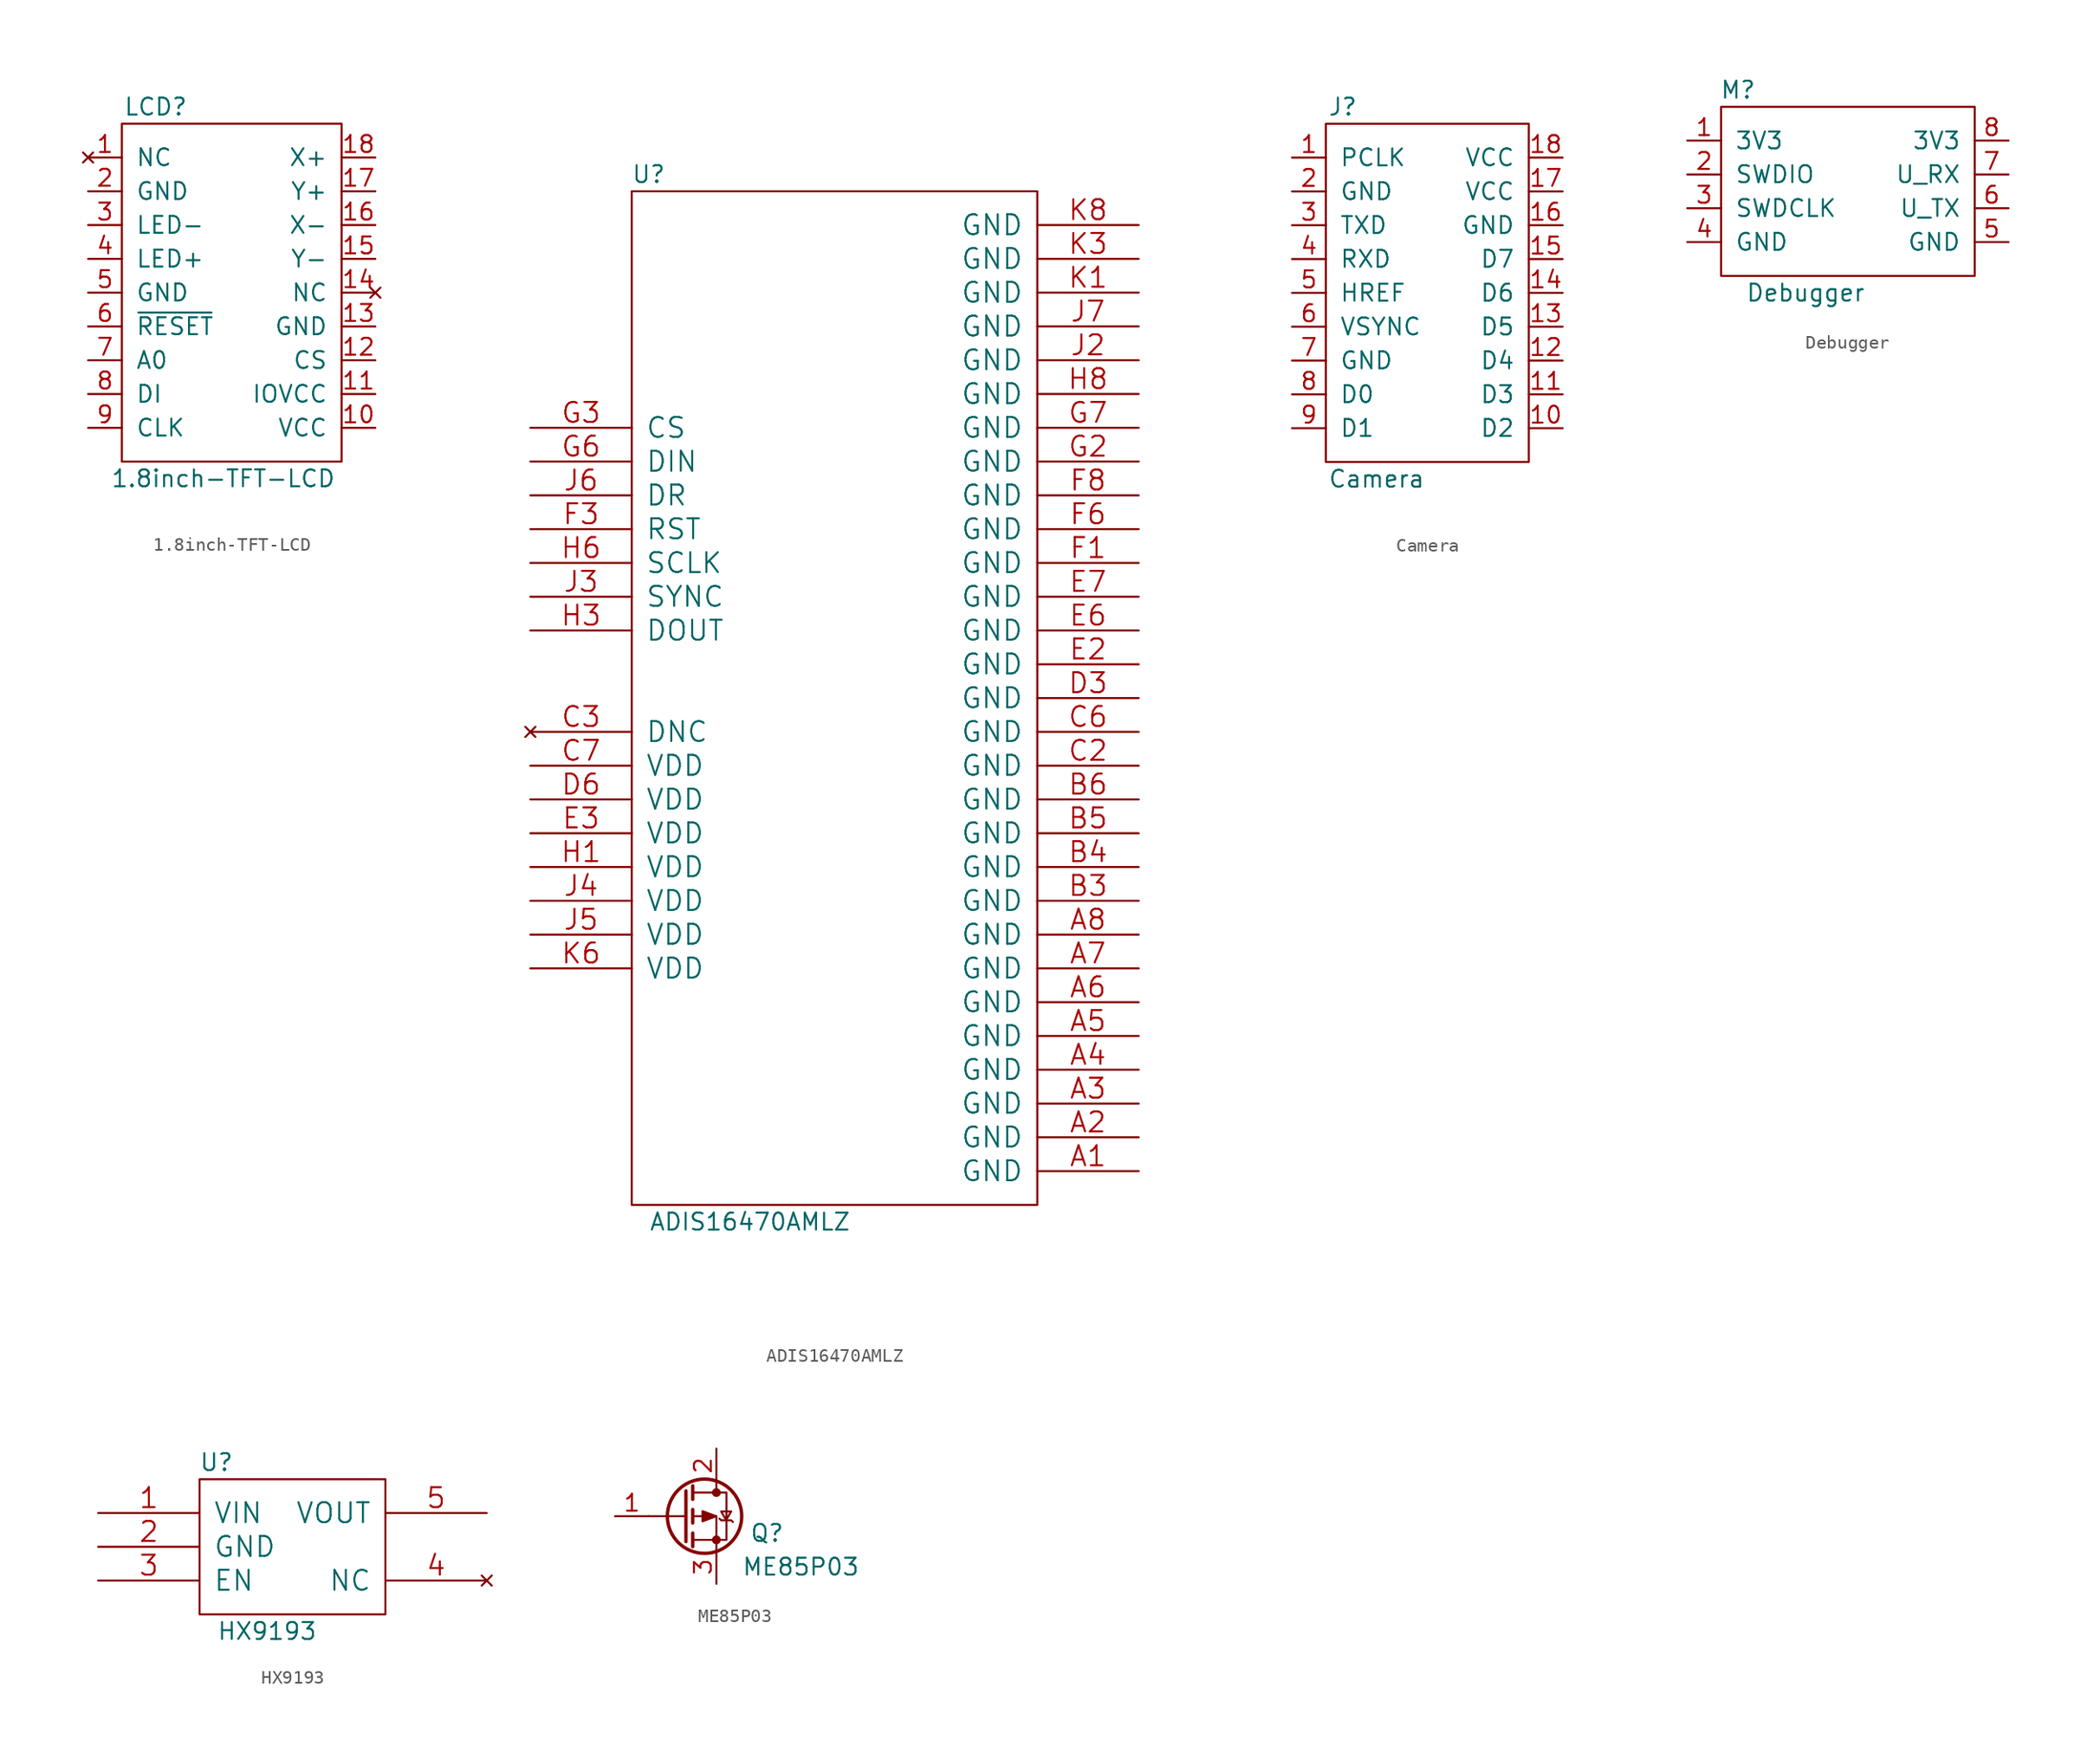
<source format=kicad_sym>
(kicad_symbol_lib
  (version 20211014)
  (generator kicad_symbol_editor)
  (symbol "1.8inch-TFT-LCD"
    (pin_names
      (offset 1.016))
    (property "Reference" "LCD"
      (at 2.54 26.67 0)
      (effects (font (size 1.27 1.27))))
    (property "Value" "1.8inch-TFT-LCD"
      (at 7.62 -1.27 0)
      (effects (font (size 1.27 1.27))))
    (symbol "1.8inch-TFT-LCD_0_1"
      (rectangle (start 0 25.4) (end 16.51 0) (stroke (width 0) (type default) (color 0 0 0 0)) (fill (type none))))
    (symbol "1.8inch-TFT-LCD_1_1"
      (pin no_connect line (at -2.54 22.86 0) (length 2.54) (name "NC" (effects (font (size 1.27 1.27)))) (number "1" (effects (font (size 1.27 1.27)))))
      (pin power_in line (at 19.05 2.54 180) (length 2.54) (name "VCC" (effects (font (size 1.27 1.27)))) (number "10" (effects (font (size 1.27 1.27)))))
      (pin power_in line (at 19.05 5.08 180) (length 2.54) (name "IOVCC" (effects (font (size 1.27 1.27)))) (number "11" (effects (font (size 1.27 1.27)))))
      (pin input line (at 19.05 7.62 180) (length 2.54) (name "CS" (effects (font (size 1.27 1.27)))) (number "12" (effects (font (size 1.27 1.27)))))
      (pin power_in line (at 19.05 10.16 180) (length 2.54) (name "GND" (effects (font (size 1.27 1.27)))) (number "13" (effects (font (size 1.27 1.27)))))
      (pin no_connect line (at 19.05 12.7 180) (length 2.54) (name "NC" (effects (font (size 1.27 1.27)))) (number "14" (effects (font (size 1.27 1.27)))))
      (pin passive line (at 19.05 15.24 180) (length 2.54) (name "Y-" (effects (font (size 1.27 1.27)))) (number "15" (effects (font (size 1.27 1.27)))))
      (pin passive line (at 19.05 17.78 180) (length 2.54) (name "X-" (effects (font (size 1.27 1.27)))) (number "16" (effects (font (size 1.27 1.27)))))
      (pin passive line (at 19.05 20.32 180) (length 2.54) (name "Y+" (effects (font (size 1.27 1.27)))) (number "17" (effects (font (size 1.27 1.27)))))
      (pin passive line (at 19.05 22.86 180) (length 2.54) (name "X+" (effects (font (size 1.27 1.27)))) (number "18" (effects (font (size 1.27 1.27)))))
      (pin power_in line (at -2.54 20.32 0) (length 2.54) (name "GND" (effects (font (size 1.27 1.27)))) (number "2" (effects (font (size 1.27 1.27)))))
      (pin power_in line (at -2.54 17.78 0) (length 2.54) (name "LED-" (effects (font (size 1.27 1.27)))) (number "3" (effects (font (size 1.27 1.27)))))
      (pin power_in line (at -2.54 15.24 0) (length 2.54) (name "LED+" (effects (font (size 1.27 1.27)))) (number "4" (effects (font (size 1.27 1.27)))))
      (pin power_in line (at -2.54 12.7 0) (length 2.54) (name "GND" (effects (font (size 1.27 1.27)))) (number "5" (effects (font (size 1.27 1.27)))))
      (pin input line (at -2.54 10.16 0) (length 2.54) (name "~{RESET}" (effects (font (size 1.27 1.27)))) (number "6" (effects (font (size 1.27 1.27)))))
      (pin input line (at -2.54 7.62 0) (length 2.54) (name "A0" (effects (font (size 1.27 1.27)))) (number "7" (effects (font (size 1.27 1.27)))))
      (pin input line (at -2.54 5.08 0) (length 2.54) (name "DI" (effects (font (size 1.27 1.27)))) (number "8" (effects (font (size 1.27 1.27)))))
      (pin input line (at -2.54 2.54 0) (length 2.54) (name "CLK" (effects (font (size 1.27 1.27)))) (number "9" (effects (font (size 1.27 1.27)))))))
  (symbol "ADIS16470AMLZ"
    (pin_names
      (offset 1.016))
    (property "Reference" "U"
      (at 1.27 77.47 0)
      (effects (font (size 1.27 1.27))))
    (property "Value" "ADIS16470AMLZ"
      (at 8.89 -1.27 0)
      (effects (font (size 1.27 1.27))))
    (symbol "ADIS16470AMLZ_0_1"
      (rectangle (start 0 76.2) (end 30.48 0) (stroke (width 0) (type default) (color 0 0 0 0)) (fill (type none))))
    (symbol "ADIS16470AMLZ_1_1"
      (pin power_in line (at 38.1 2.54 180) (length 7.62) (name "GND" (effects (font (size 1.499 1.499)))) (number "A1" (effects (font (size 1.499 1.499)))))
      (pin power_in line (at 38.1 5.08 180) (length 7.62) (name "GND" (effects (font (size 1.499 1.499)))) (number "A2" (effects (font (size 1.499 1.499)))))
      (pin power_in line (at 38.1 7.62 180) (length 7.62) (name "GND" (effects (font (size 1.499 1.499)))) (number "A3" (effects (font (size 1.499 1.499)))))
      (pin power_in line (at 38.1 10.16 180) (length 7.62) (name "GND" (effects (font (size 1.499 1.499)))) (number "A4" (effects (font (size 1.499 1.499)))))
      (pin power_in line (at 38.1 12.7 180) (length 7.62) (name "GND" (effects (font (size 1.499 1.499)))) (number "A5" (effects (font (size 1.499 1.499)))))
      (pin power_in line (at 38.1 15.24 180) (length 7.62) (name "GND" (effects (font (size 1.499 1.499)))) (number "A6" (effects (font (size 1.499 1.499)))))
      (pin power_in line (at 38.1 17.78 180) (length 7.62) (name "GND" (effects (font (size 1.499 1.499)))) (number "A7" (effects (font (size 1.499 1.499)))))
      (pin power_in line (at 38.1 20.32 180) (length 7.62) (name "GND" (effects (font (size 1.499 1.499)))) (number "A8" (effects (font (size 1.499 1.499)))))
      (pin power_in line (at 38.1 22.86 180) (length 7.62) (name "GND" (effects (font (size 1.499 1.499)))) (number "B3" (effects (font (size 1.499 1.499)))))
      (pin power_in line (at 38.1 25.4 180) (length 7.62) (name "GND" (effects (font (size 1.499 1.499)))) (number "B4" (effects (font (size 1.499 1.499)))))
      (pin power_in line (at 38.1 27.94 180) (length 7.62) (name "GND" (effects (font (size 1.499 1.499)))) (number "B5" (effects (font (size 1.499 1.499)))))
      (pin power_in line (at 38.1 30.48 180) (length 7.62) (name "GND" (effects (font (size 1.499 1.499)))) (number "B6" (effects (font (size 1.499 1.499)))))
      (pin power_in line (at 38.1 33.02 180) (length 7.62) (name "GND" (effects (font (size 1.499 1.499)))) (number "C2" (effects (font (size 1.499 1.499)))))
      (pin no_connect line (at -7.62 35.56 0) (length 7.62) (name "DNC" (effects (font (size 1.499 1.499)))) (number "C3" (effects (font (size 1.499 1.499)))))
      (pin power_in line (at 38.1 35.56 180) (length 7.62) (name "GND" (effects (font (size 1.499 1.499)))) (number "C6" (effects (font (size 1.499 1.499)))))
      (pin power_in line (at -7.62 33.02 0) (length 7.62) (name "VDD" (effects (font (size 1.499 1.499)))) (number "C7" (effects (font (size 1.499 1.499)))))
      (pin power_in line (at 38.1 38.1 180) (length 7.62) (name "GND" (effects (font (size 1.499 1.499)))) (number "D3" (effects (font (size 1.499 1.499)))))
      (pin power_in line (at -7.62 30.48 0) (length 7.62) (name "VDD" (effects (font (size 1.499 1.499)))) (number "D6" (effects (font (size 1.499 1.499)))))
      (pin power_in line (at 38.1 40.64 180) (length 7.62) (name "GND" (effects (font (size 1.499 1.499)))) (number "E2" (effects (font (size 1.499 1.499)))))
      (pin power_in line (at -7.62 27.94 0) (length 7.62) (name "VDD" (effects (font (size 1.499 1.499)))) (number "E3" (effects (font (size 1.499 1.499)))))
      (pin power_in line (at 38.1 43.18 180) (length 7.62) (name "GND" (effects (font (size 1.499 1.499)))) (number "E6" (effects (font (size 1.499 1.499)))))
      (pin power_in line (at 38.1 45.72 180) (length 7.62) (name "GND" (effects (font (size 1.499 1.499)))) (number "E7" (effects (font (size 1.499 1.499)))))
      (pin power_in line (at 38.1 48.26 180) (length 7.62) (name "GND" (effects (font (size 1.499 1.499)))) (number "F1" (effects (font (size 1.499 1.499)))))
      (pin input line (at -7.62 50.8 0) (length 7.62) (name "RST" (effects (font (size 1.499 1.499)))) (number "F3" (effects (font (size 1.499 1.499)))))
      (pin power_in line (at 38.1 50.8 180) (length 7.62) (name "GND" (effects (font (size 1.499 1.499)))) (number "F6" (effects (font (size 1.499 1.499)))))
      (pin power_in line (at 38.1 53.34 180) (length 7.62) (name "GND" (effects (font (size 1.499 1.499)))) (number "F8" (effects (font (size 1.499 1.499)))))
      (pin power_in line (at 38.1 55.88 180) (length 7.62) (name "GND" (effects (font (size 1.499 1.499)))) (number "G2" (effects (font (size 1.499 1.499)))))
      (pin input line (at -7.62 58.42 0) (length 7.62) (name "CS" (effects (font (size 1.499 1.499)))) (number "G3" (effects (font (size 1.499 1.499)))))
      (pin input line (at -7.62 55.88 0) (length 7.62) (name "DIN" (effects (font (size 1.499 1.499)))) (number "G6" (effects (font (size 1.499 1.499)))))
      (pin power_in line (at 38.1 58.42 180) (length 7.62) (name "GND" (effects (font (size 1.499 1.499)))) (number "G7" (effects (font (size 1.499 1.499)))))
      (pin power_in line (at -7.62 25.4 0) (length 7.62) (name "VDD" (effects (font (size 1.499 1.499)))) (number "H1" (effects (font (size 1.499 1.499)))))
      (pin output line (at -7.62 43.18 0) (length 7.62) (name "DOUT" (effects (font (size 1.499 1.499)))) (number "H3" (effects (font (size 1.499 1.499)))))
      (pin input line (at -7.62 48.26 0) (length 7.62) (name "SCLK" (effects (font (size 1.499 1.499)))) (number "H6" (effects (font (size 1.499 1.499)))))
      (pin power_in line (at 38.1 60.96 180) (length 7.62) (name "GND" (effects (font (size 1.499 1.499)))) (number "H8" (effects (font (size 1.499 1.499)))))
      (pin power_in line (at 38.1 63.5 180) (length 7.62) (name "GND" (effects (font (size 1.499 1.499)))) (number "J2" (effects (font (size 1.499 1.499)))))
      (pin input line (at -7.62 45.72 0) (length 7.62) (name "SYNC" (effects (font (size 1.499 1.499)))) (number "J3" (effects (font (size 1.499 1.499)))))
      (pin power_in line (at -7.62 22.86 0) (length 7.62) (name "VDD" (effects (font (size 1.499 1.499)))) (number "J4" (effects (font (size 1.499 1.499)))))
      (pin power_in line (at -7.62 20.32 0) (length 7.62) (name "VDD" (effects (font (size 1.499 1.499)))) (number "J5" (effects (font (size 1.499 1.499)))))
      (pin output line (at -7.62 53.34 0) (length 7.62) (name "DR" (effects (font (size 1.499 1.499)))) (number "J6" (effects (font (size 1.499 1.499)))))
      (pin power_in line (at 38.1 66.04 180) (length 7.62) (name "GND" (effects (font (size 1.499 1.499)))) (number "J7" (effects (font (size 1.499 1.499)))))
      (pin power_in line (at 38.1 68.58 180) (length 7.62) (name "GND" (effects (font (size 1.499 1.499)))) (number "K1" (effects (font (size 1.499 1.499)))))
      (pin power_in line (at 38.1 71.12 180) (length 7.62) (name "GND" (effects (font (size 1.499 1.499)))) (number "K3" (effects (font (size 1.499 1.499)))))
      (pin power_in line (at -7.62 17.78 0) (length 7.62) (name "VDD" (effects (font (size 1.499 1.499)))) (number "K6" (effects (font (size 1.499 1.499)))))
      (pin power_in line (at 38.1 73.66 180) (length 7.62) (name "GND" (effects (font (size 1.499 1.499)))) (number "K8" (effects (font (size 1.499 1.499)))))))
  (symbol "Camera"
    (pin_names
      (offset 1.016))
    (property "Reference" "J"
      (at 1.27 26.67 0)
      (effects (font (size 1.27 1.27))))
    (property "Value" "Camera"
      (at 3.81 -1.27 0)
      (effects (font (size 1.27 1.27))))
    (symbol "Camera_0_1"
      (rectangle (start 0 25.4) (end 15.24 0) (stroke (width 0) (type default) (color 0 0 0 0)) (fill (type none))))
    (symbol "Camera_1_1"
      (pin input line (at -2.54 22.86 0) (length 2.54) (name "PCLK" (effects (font (size 1.27 1.27)))) (number "1" (effects (font (size 1.27 1.27)))))
      (pin output line (at 17.78 2.54 180) (length 2.54) (name "D2" (effects (font (size 1.27 1.27)))) (number "10" (effects (font (size 1.27 1.27)))))
      (pin output line (at 17.78 5.08 180) (length 2.54) (name "D3" (effects (font (size 1.27 1.27)))) (number "11" (effects (font (size 1.27 1.27)))))
      (pin output line (at 17.78 7.62 180) (length 2.54) (name "D4" (effects (font (size 1.27 1.27)))) (number "12" (effects (font (size 1.27 1.27)))))
      (pin output line (at 17.78 10.16 180) (length 2.54) (name "D5" (effects (font (size 1.27 1.27)))) (number "13" (effects (font (size 1.27 1.27)))))
      (pin output line (at 17.78 12.7 180) (length 2.54) (name "D6" (effects (font (size 1.27 1.27)))) (number "14" (effects (font (size 1.27 1.27)))))
      (pin output line (at 17.78 15.24 180) (length 2.54) (name "D7" (effects (font (size 1.27 1.27)))) (number "15" (effects (font (size 1.27 1.27)))))
      (pin power_in line (at 17.78 17.78 180) (length 2.54) (name "GND" (effects (font (size 1.27 1.27)))) (number "16" (effects (font (size 1.27 1.27)))))
      (pin power_in line (at 17.78 20.32 180) (length 2.54) (name "VCC" (effects (font (size 1.27 1.27)))) (number "17" (effects (font (size 1.27 1.27)))))
      (pin power_in line (at 17.78 22.86 180) (length 2.54) (name "VCC" (effects (font (size 1.27 1.27)))) (number "18" (effects (font (size 1.27 1.27)))))
      (pin power_in line (at -2.54 20.32 0) (length 2.54) (name "GND" (effects (font (size 1.27 1.27)))) (number "2" (effects (font (size 1.27 1.27)))))
      (pin output line (at -2.54 17.78 0) (length 2.54) (name "TXD" (effects (font (size 1.27 1.27)))) (number "3" (effects (font (size 1.27 1.27)))))
      (pin input line (at -2.54 15.24 0) (length 2.54) (name "RXD" (effects (font (size 1.27 1.27)))) (number "4" (effects (font (size 1.27 1.27)))))
      (pin output line (at -2.54 12.7 0) (length 2.54) (name "HREF" (effects (font (size 1.27 1.27)))) (number "5" (effects (font (size 1.27 1.27)))))
      (pin output line (at -2.54 10.16 0) (length 2.54) (name "VSYNC" (effects (font (size 1.27 1.27)))) (number "6" (effects (font (size 1.27 1.27)))))
      (pin power_in line (at -2.54 7.62 0) (length 2.54) (name "GND" (effects (font (size 1.27 1.27)))) (number "7" (effects (font (size 1.27 1.27)))))
      (pin output line (at -2.54 5.08 0) (length 2.54) (name "D0" (effects (font (size 1.27 1.27)))) (number "8" (effects (font (size 1.27 1.27)))))
      (pin output line (at -2.54 2.54 0) (length 2.54) (name "D1" (effects (font (size 1.27 1.27)))) (number "9" (effects (font (size 1.27 1.27)))))))
  (symbol "Debugger"
    (pin_names
      (offset 1.016))
    (property "Reference" "M"
      (at 1.27 13.97 0)
      (effects (font (size 1.27 1.27))))
    (property "Value" "Debugger"
      (at 6.35 -1.27 0)
      (effects (font (size 1.27 1.27))))
    (symbol "Debugger_0_1"
      (rectangle (start 0 12.7) (end 19.05 0) (stroke (width 0) (type default) (color 0 0 0 0)) (fill (type none))))
    (symbol "Debugger_1_1"
      (pin power_in line (at -2.54 10.16 0) (length 2.54) (name "3V3" (effects (font (size 1.27 1.27)))) (number "1" (effects (font (size 1.27 1.27)))))
      (pin bidirectional line (at -2.54 7.62 0) (length 2.54) (name "SWDIO" (effects (font (size 1.27 1.27)))) (number "2" (effects (font (size 1.27 1.27)))))
      (pin output line (at -2.54 5.08 0) (length 2.54) (name "SWDCLK" (effects (font (size 1.27 1.27)))) (number "3" (effects (font (size 1.27 1.27)))))
      (pin power_in line (at -2.54 2.54 0) (length 2.54) (name "GND" (effects (font (size 1.27 1.27)))) (number "4" (effects (font (size 1.27 1.27)))))
      (pin power_in line (at 21.59 2.54 180) (length 2.54) (name "GND" (effects (font (size 1.27 1.27)))) (number "5" (effects (font (size 1.27 1.27)))))
      (pin output line (at 21.59 5.08 180) (length 2.54) (name "U_TX" (effects (font (size 1.27 1.27)))) (number "6" (effects (font (size 1.27 1.27)))))
      (pin output line (at 21.59 7.62 180) (length 2.54) (name "U_RX" (effects (font (size 1.27 1.27)))) (number "7" (effects (font (size 1.27 1.27)))))
      (pin power_in line (at 21.59 10.16 180) (length 2.54) (name "3V3" (effects (font (size 1.27 1.27)))) (number "8" (effects (font (size 1.27 1.27)))))
      (pin no_connect line (at 10.16 13.97 270) (length 2.54) hide (name "NC" (effects (font (size 1.27 1.27)))) (number "9" (effects (font (size 1.27 1.27)))))))
  (symbol "HX9193"
    (pin_names
      (offset 1.016))
    (property "Reference" "U"
      (at 1.27 11.43 0)
      (effects (font (size 1.27 1.27))))
    (property "Value" "HX9193"
      (at 5.08 -1.27 0)
      (effects (font (size 1.27 1.27))))
    (symbol "HX9193_0_1"
      (rectangle (start 0 10.16) (end 13.97 0) (stroke (width 0) (type default) (color 0 0 0 0)) (fill (type none))))
    (symbol "HX9193_1_1"
      (pin power_in line (at -7.62 7.62 0) (length 7.62) (name "VIN" (effects (font (size 1.499 1.499)))) (number "1" (effects (font (size 1.499 1.499)))))
      (pin power_in line (at -7.62 5.08 0) (length 7.62) (name "GND" (effects (font (size 1.499 1.499)))) (number "2" (effects (font (size 1.499 1.499)))))
      (pin input line (at -7.62 2.54 0) (length 7.62) (name "EN" (effects (font (size 1.499 1.499)))) (number "3" (effects (font (size 1.499 1.499)))))
      (pin no_connect line (at 21.59 2.54 180) (length 7.62) (name "NC" (effects (font (size 1.499 1.499)))) (number "4" (effects (font (size 1.499 1.499)))))
      (pin power_out line (at 21.59 7.62 180) (length 7.62) (name "VOUT" (effects (font (size 1.499 1.499)))) (number "5" (effects (font (size 1.499 1.499)))))))
  (symbol "ME85P03"
    (pin_names
      (offset 1.016) hide)
    (property "Reference" "Q"
      (at 11.43 3.81 0)
      (effects (font (size 1.27 1.27))))
    (property "Value" "ME85P03"
      (at 13.97 1.27 0)
      (effects (font (size 1.27 1.27))))
    (symbol "ME85P03_1_1"
      (polyline (pts (xy 5.334 5.08) (xy 2.54 5.08)) (stroke (width 0) (type default) (color 0 0 0 0)) (fill (type none)))
      (polyline (pts (xy 5.334 6.985) (xy 5.334 3.175)) (stroke (width 0.254) (type default) (color 0 0 0 0)) (fill (type none)))
      (polyline (pts (xy 5.842 3.81) (xy 5.842 2.794)) (stroke (width 0.254) (type default) (color 0 0 0 0)) (fill (type none)))
      (polyline (pts (xy 5.842 5.588) (xy 5.842 4.572)) (stroke (width 0.254) (type default) (color 0 0 0 0)) (fill (type none)))
      (polyline (pts (xy 5.842 7.366) (xy 5.842 6.35)) (stroke (width 0.254) (type default) (color 0 0 0 0)) (fill (type none)))
      (polyline (pts (xy 7.62 7.62) (xy 7.62 6.858)) (stroke (width 0) (type default) (color 0 0 0 0)) (fill (type none)))
      (polyline (pts (xy 7.62 2.54) (xy 7.62 5.08) (xy 5.842 5.08)) (stroke (width 0) (type default) (color 0 0 0 0)) (fill (type none)))
      (polyline (pts (xy 5.842 3.302) (xy 8.382 3.302) (xy 8.382 6.858) (xy 5.842 6.858)) (stroke (width 0) (type default) (color 0 0 0 0)) (fill (type none)))
      (polyline (pts (xy 7.595 5.08) (xy 6.579 4.699) (xy 6.579 5.461) (xy 7.595 5.08)) (stroke (width 0) (type default) (color 0 0 0 0)) (fill (type outline)))
      (polyline (pts (xy 7.849 4.902) (xy 7.976 4.775) (xy 8.738 4.775) (xy 8.865 4.648)) (stroke (width 0) (type default) (color 0 0 0 0)) (fill (type none)))
      (polyline (pts (xy 8.357 4.801) (xy 8.738 5.436) (xy 7.976 5.436) (xy 8.357 4.801)) (stroke (width 0) (type default) (color 0 0 0 0)) (fill (type none)))
      (circle (center 6.731 5.08) (radius 2.794) (stroke (width 0.254) (type default) (color 0 0 0 0)) (fill (type none)))
      (circle (center 7.62 3.302) (radius 0.254) (stroke (width 0) (type default) (color 0 0 0 0)) (fill (type outline)))
      (circle (center 7.62 6.858) (radius 0.254) (stroke (width 0) (type default) (color 0 0 0 0)) (fill (type outline)))
      (pin passive line (at 0 5.08 0) (length 2.54) (name "G" (effects (font (size 1.27 1.27)))) (number "1" (effects (font (size 1.27 1.27)))))
      (pin passive line (at 7.62 10.16 270) (length 2.54) (name "D" (effects (font (size 1.27 1.27)))) (number "2" (effects (font (size 1.27 1.27)))))
      (pin passive line (at 7.62 0 90) (length 2.54) (name "S" (effects (font (size 1.27 1.27)))) (number "3" (effects (font (size 1.27 1.27))))))))
</source>
